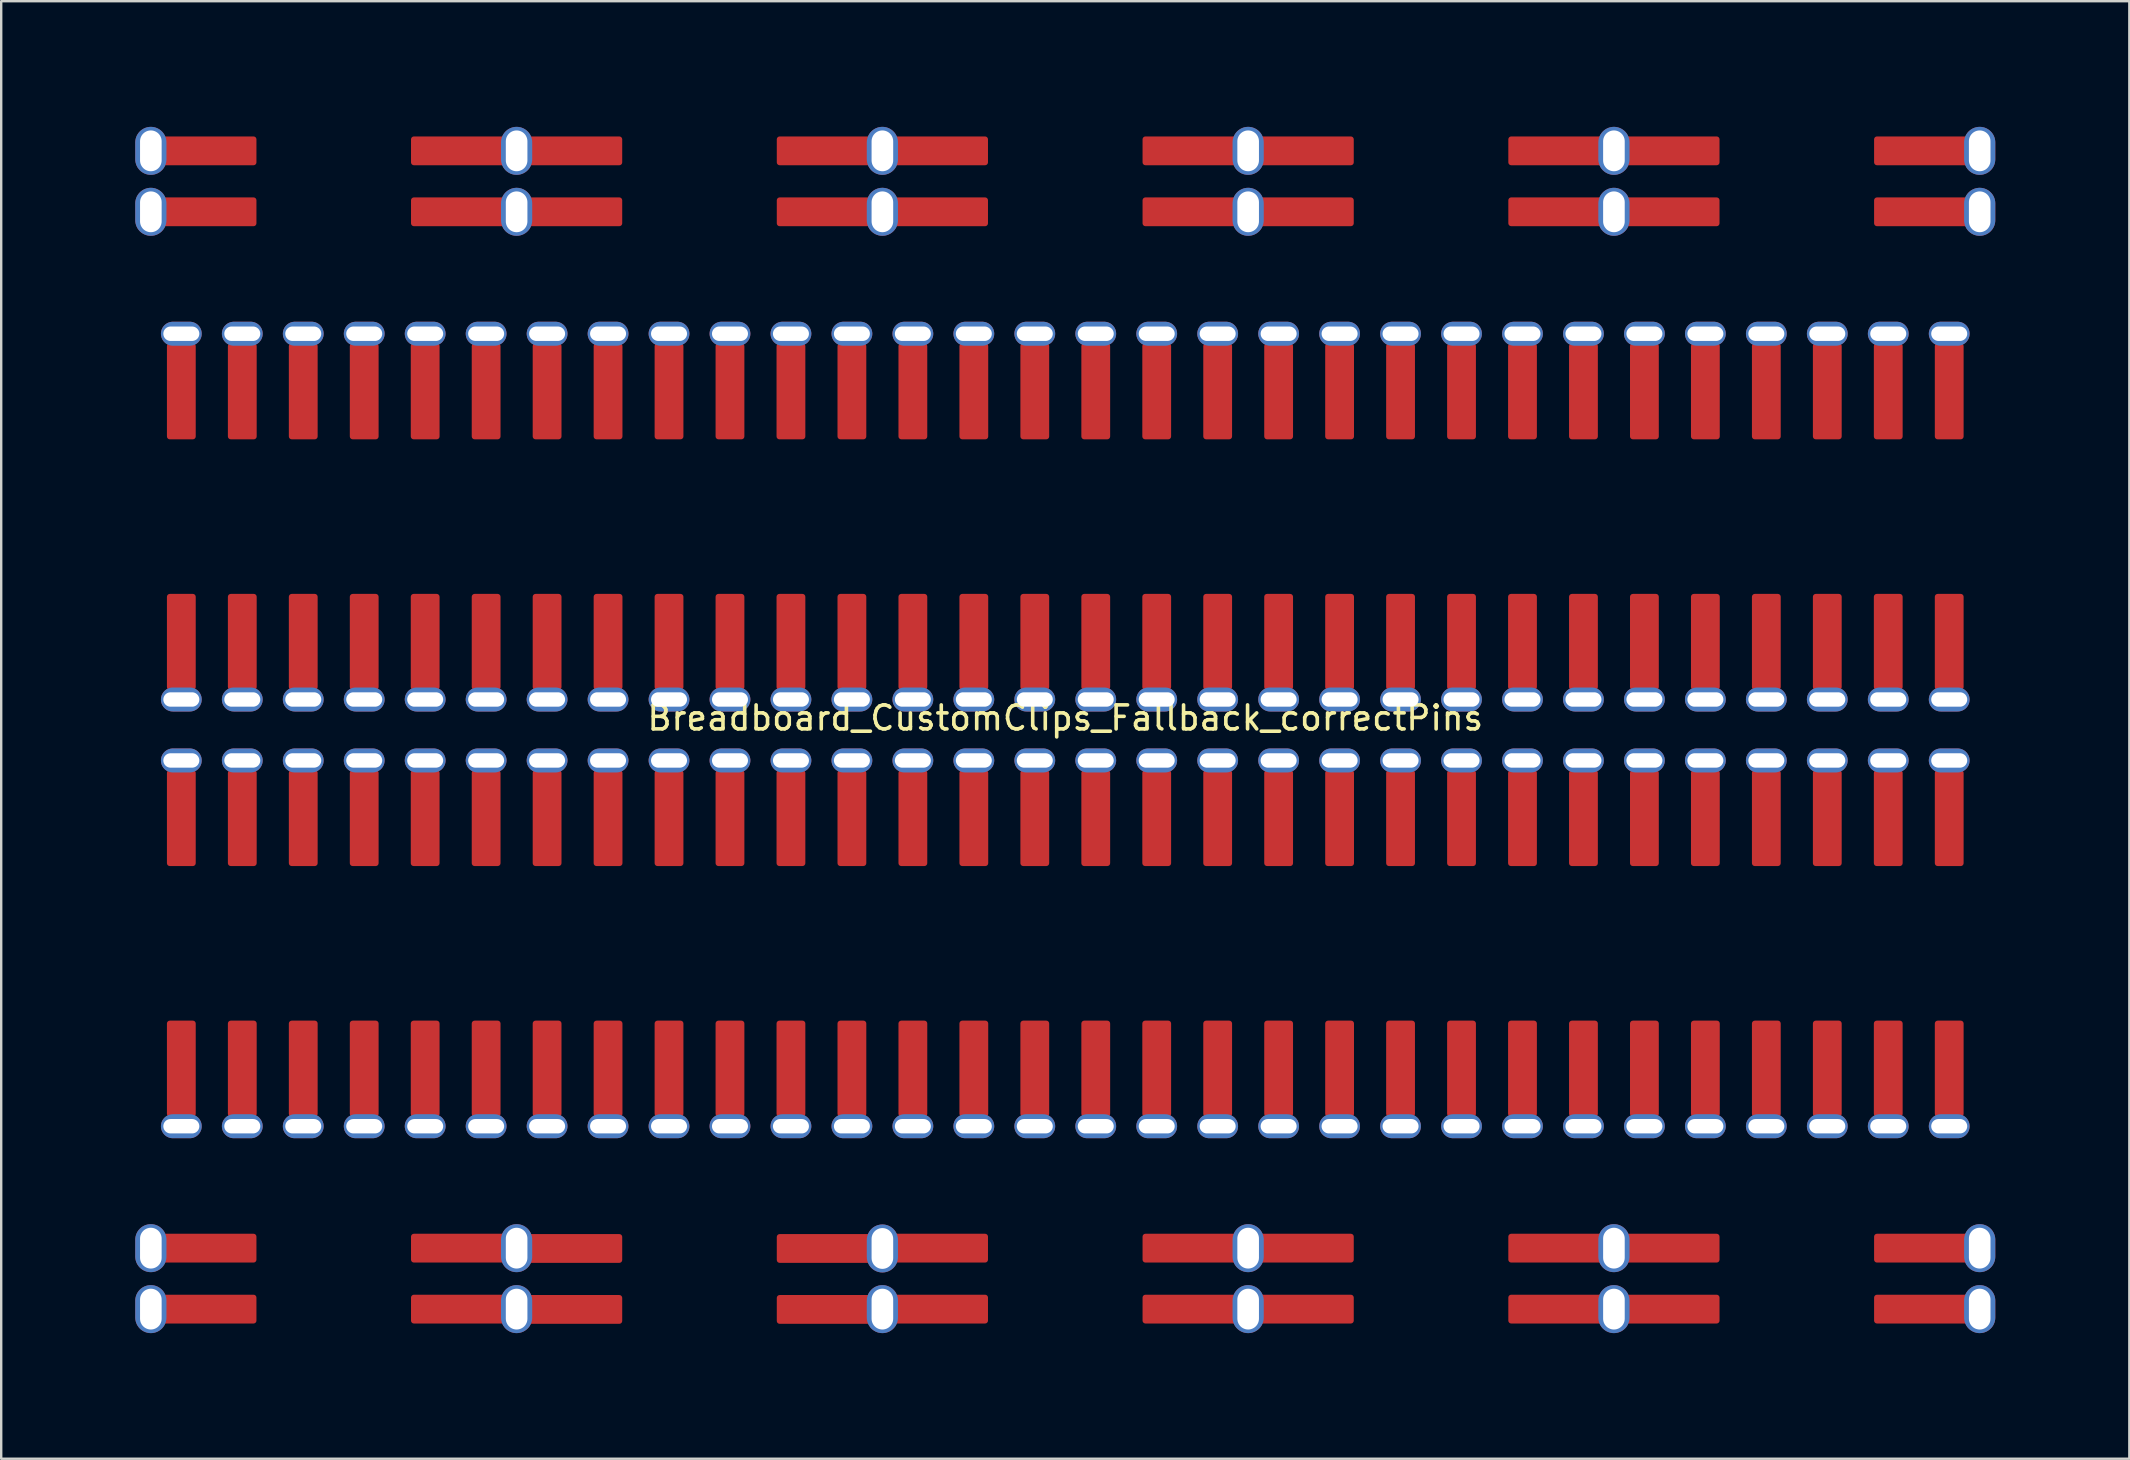
<source format=kicad_pcb>
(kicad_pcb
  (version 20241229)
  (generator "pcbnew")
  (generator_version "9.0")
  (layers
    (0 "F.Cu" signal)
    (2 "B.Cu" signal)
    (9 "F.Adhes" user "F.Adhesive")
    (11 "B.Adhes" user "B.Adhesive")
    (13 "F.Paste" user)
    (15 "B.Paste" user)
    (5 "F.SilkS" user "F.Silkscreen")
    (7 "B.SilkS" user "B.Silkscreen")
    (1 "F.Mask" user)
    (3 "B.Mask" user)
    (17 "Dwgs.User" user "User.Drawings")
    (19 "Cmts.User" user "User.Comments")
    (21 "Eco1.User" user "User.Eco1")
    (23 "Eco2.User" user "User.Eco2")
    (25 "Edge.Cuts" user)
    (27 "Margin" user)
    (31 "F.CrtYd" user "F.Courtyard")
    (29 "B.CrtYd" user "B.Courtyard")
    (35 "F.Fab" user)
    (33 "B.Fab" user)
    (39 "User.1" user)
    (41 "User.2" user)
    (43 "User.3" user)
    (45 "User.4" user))
  (footprint "Breadboard_CustomClips_Fallback_correctPins"
    (layer "F.Cu")
    (at 41.335 27.365)
    (property "Reference" "Breadboard_CustomClips_Fallback_correctPins" (at 0 -0.5 0) (unlocked yes) (layer "F.SilkS") (effects (font (size 1 1) (thickness 0.15))))
    (attr smd)
    (fp_rect (start -41.275 -27.305) (end 41.275 27.305) (stroke (width 0.12) (type default)) (fill no) (layer "User.3"))
    (fp_rect (start -38.125 -10.16) (end -35.56 -7.62) (stroke (width 0.12) (type default)) (fill no) (layer "User.4"))
    (fp_rect (start -38.125 7.62) (end -35.56 10.16) (stroke (width 0.12) (type default)) (fill no) (layer "User.4"))
    (fp_rect (start -38.125 7.62) (end -35.56 10.16) (stroke (width 0.12) (type default)) (fill no) (layer "User.4"))
    (fp_rect (start -35.585 -10.16) (end -33.02 -7.62) (stroke (width 0.12) (type default)) (fill no) (layer "User.4"))
    (fp_rect (start -35.585 7.62) (end -33.02 10.16) (stroke (width 0.12) (type default)) (fill no) (layer "User.4"))
    (fp_rect (start -35.585 7.62) (end -33.02 10.16) (stroke (width 0.12) (type default)) (fill no) (layer "User.4"))
    (fp_rect (start -33.045 -10.16) (end -30.48 -7.62) (stroke (width 0.12) (type default)) (fill no) (layer "User.4"))
    (fp_rect (start -33.045 7.62) (end -30.48 10.16) (stroke (width 0.12) (type default)) (fill no) (layer "User.4"))
    (fp_rect (start -33.045 7.62) (end -30.48 10.16) (stroke (width 0.12) (type default)) (fill no) (layer "User.4"))
    (fp_rect (start -30.505 -10.16) (end -27.94 -7.62) (stroke (width 0.12) (type default)) (fill no) (layer "User.4"))
    (fp_rect (start -30.505 7.62) (end -27.94 10.16) (stroke (width 0.12) (type default)) (fill no) (layer "User.4"))
    (fp_rect (start -30.505 7.62) (end -27.94 10.16) (stroke (width 0.12) (type default)) (fill no) (layer "User.4"))
    (fp_rect (start -29.21 -25.413) (end -31.75 -22.847) (stroke (width 0.12) (type default)) (fill no) (layer "User.4"))
    (fp_rect (start -29.21 -22.873) (end -31.75 -20.307) (stroke (width 0.12) (type default)) (fill no) (layer "User.4"))
    (fp_rect (start -29.21 20.307) (end -31.75 22.873) (stroke (width 0.12) (type default)) (fill no) (layer "User.4"))
    (fp_rect (start -29.21 22.847) (end -31.75 25.413) (stroke (width 0.12) (type default)) (fill no) (layer "User.4"))
    (fp_rect (start -27.965 -10.16) (end -25.4 -7.62) (stroke (width 0.12) (type default)) (fill no) (layer "User.4"))
    (fp_rect (start -27.965 7.62) (end -25.4 10.16) (stroke (width 0.12) (type default)) (fill no) (layer "User.4"))
    (fp_rect (start -27.965 7.62) (end -25.4 10.16) (stroke (width 0.12) (type default)) (fill no) (layer "User.4"))
    (fp_rect (start -25.425 -10.16) (end -22.86 -7.62) (stroke (width 0.12) (type default)) (fill no) (layer "User.4"))
    (fp_rect (start -25.425 7.62) (end -22.86 10.16) (stroke (width 0.12) (type default)) (fill no) (layer "User.4"))
    (fp_rect (start -25.425 7.62) (end -22.86 10.16) (stroke (width 0.12) (type default)) (fill no) (layer "User.4"))
    (fp_rect (start -22.885 -10.16) (end -20.32 -7.62) (stroke (width 0.12) (type default)) (fill no) (layer "User.4"))
    (fp_rect (start -22.885 7.62) (end -20.32 10.16) (stroke (width 0.12) (type default)) (fill no) (layer "User.4"))
    (fp_rect (start -22.885 7.62) (end -20.32 10.16) (stroke (width 0.12) (type default)) (fill no) (layer "User.4"))
    (fp_rect (start -20.345 -10.16) (end -17.78 -7.62) (stroke (width 0.12) (type default)) (fill no) (layer "User.4"))
    (fp_rect (start -20.345 7.62) (end -17.78 10.16) (stroke (width 0.12) (type default)) (fill no) (layer "User.4"))
    (fp_rect (start -20.345 7.62) (end -17.78 10.16) (stroke (width 0.12) (type default)) (fill no) (layer "User.4"))
    (fp_rect (start -17.805 -10.16) (end -15.24 -7.62) (stroke (width 0.12) (type default)) (fill no) (layer "User.4"))
    (fp_rect (start -17.805 7.62) (end -15.24 10.16) (stroke (width 0.12) (type default)) (fill no) (layer "User.4"))
    (fp_rect (start -17.805 7.62) (end -15.24 10.16) (stroke (width 0.12) (type default)) (fill no) (layer "User.4"))
    (fp_rect (start -15.265 -10.16) (end -12.7 -7.62) (stroke (width 0.12) (type default)) (fill no) (layer "User.4"))
    (fp_rect (start -15.265 7.62) (end -12.7 10.16) (stroke (width 0.12) (type default)) (fill no) (layer "User.4"))
    (fp_rect (start -15.265 7.62) (end -12.7 10.16) (stroke (width 0.12) (type default)) (fill no) (layer "User.4"))
    (fp_rect (start -13.97 -25.413) (end -16.51 -22.847) (stroke (width 0.12) (type default)) (fill no) (layer "User.4"))
    (fp_rect (start -13.97 -22.873) (end -16.51 -20.307) (stroke (width 0.12) (type default)) (fill no) (layer "User.4"))
    (fp_rect (start -13.97 20.307) (end -16.51 22.873) (stroke (width 0.12) (type default)) (fill no) (layer "User.4"))
    (fp_rect (start -13.97 22.847) (end -16.51 25.413) (stroke (width 0.12) (type default)) (fill no) (layer "User.4"))
    (fp_rect (start -12.7 -10.16) (end -10.135 -7.62) (stroke (width 0.12) (type default)) (fill no) (layer "User.4"))
    (fp_rect (start -12.7 7.62) (end -10.135 10.16) (stroke (width 0.12) (type default)) (fill no) (layer "User.4"))
    (fp_rect (start -12.7 7.62) (end -10.135 10.16) (stroke (width 0.12) (type default)) (fill no) (layer "User.4"))
    (fp_rect (start -10.16 -10.16) (end -7.595 -7.62) (stroke (width 0.12) (type default)) (fill no) (layer "User.4"))
    (fp_rect (start -10.16 7.62) (end -7.595 10.16) (stroke (width 0.12) (type default)) (fill no) (layer "User.4"))
    (fp_rect (start -10.16 7.62) (end -7.595 10.16) (stroke (width 0.12) (type default)) (fill no) (layer "User.4"))
    (fp_rect (start -7.62 -10.16) (end -5.055 -7.62) (stroke (width 0.12) (type default)) (fill no) (layer "User.4"))
    (fp_rect (start -7.62 7.62) (end -5.055 10.16) (stroke (width 0.12) (type default)) (fill no) (layer "User.4"))
    (fp_rect (start -7.62 7.62) (end -5.055 10.16) (stroke (width 0.12) (type default)) (fill no) (layer "User.4"))
    (fp_rect (start -5.08 -10.16) (end -2.515 -7.62) (stroke (width 0.12) (type default)) (fill no) (layer "User.4"))
    (fp_rect (start -5.08 7.62) (end -2.515 10.16) (stroke (width 0.12) (type default)) (fill no) (layer "User.4"))
    (fp_rect (start -5.08 7.62) (end -2.515 10.16) (stroke (width 0.12) (type default)) (fill no) (layer "User.4"))
    (fp_rect (start -2.54 -10.16) (end 0.025 -7.62) (stroke (width 0.12) (type default)) (fill no) (layer "User.4"))
    (fp_rect (start -2.54 7.62) (end 0.025 10.16) (stroke (width 0.12) (type default)) (fill no) (layer "User.4"))
    (fp_rect (start -0.025 -10.16) (end 2.54 -7.62) (stroke (width 0.12) (type default)) (fill no) (layer "User.4"))
    (fp_rect (start -0.025 7.62) (end 2.54 10.16) (stroke (width 0.12) (type default)) (fill no) (layer "User.4"))
    (fp_rect (start 0 -10.16) (end 2.565 -7.62) (stroke (width 0.12) (type default)) (fill no) (layer "User.4"))
    (fp_rect (start 0 7.62) (end 2.565 10.16) (stroke (width 0.12) (type default)) (fill no) (layer "User.4"))
    (fp_rect (start 1.27 -25.413) (end -1.27 -22.847) (stroke (width 0.12) (type default)) (fill no) (layer "User.4"))
    (fp_rect (start 1.27 -22.873) (end -1.27 -20.307) (stroke (width 0.12) (type default)) (fill no) (layer "User.4"))
    (fp_rect (start 1.27 20.307) (end -1.27 22.873) (stroke (width 0.12) (type default)) (fill no) (layer "User.4"))
    (fp_rect (start 1.27 22.847) (end -1.27 25.413) (stroke (width 0.12) (type default)) (fill no) (layer "User.4"))
    (fp_rect (start 2.515 -10.16) (end 5.08 -7.62) (stroke (width 0.12) (type default)) (fill no) (layer "User.4"))
    (fp_rect (start 2.515 7.62) (end 5.08 10.16) (stroke (width 0.12) (type default)) (fill no) (layer "User.4"))
    (fp_rect (start 2.54 -10.16) (end 5.105 -7.62) (stroke (width 0.12) (type default)) (fill no) (layer "User.4"))
    (fp_rect (start 2.54 7.62) (end 5.105 10.16) (stroke (width 0.12) (type default)) (fill no) (layer "User.4"))
    (fp_rect (start 5.055 -10.16) (end 7.62 -7.62) (stroke (width 0.12) (type default)) (fill no) (layer "User.4"))
    (fp_rect (start 5.055 7.62) (end 7.62 10.16) (stroke (width 0.12) (type default)) (fill no) (layer "User.4"))
    (fp_rect (start 5.08 -10.16) (end 7.645 -7.62) (stroke (width 0.12) (type default)) (fill no) (layer "User.4"))
    (fp_rect (start 5.08 7.62) (end 7.645 10.16) (stroke (width 0.12) (type default)) (fill no) (layer "User.4"))
    (fp_rect (start 7.595 -10.16) (end 10.16 -7.62) (stroke (width 0.12) (type default)) (fill no) (layer "User.4"))
    (fp_rect (start 7.595 7.62) (end 10.16 10.16) (stroke (width 0.12) (type default)) (fill no) (layer "User.4"))
    (fp_rect (start 7.62 -10.16) (end 10.185 -7.62) (stroke (width 0.12) (type default)) (fill no) (layer "User.4"))
    (fp_rect (start 7.62 7.62) (end 10.185 10.16) (stroke (width 0.12) (type default)) (fill no) (layer "User.4"))
    (fp_rect (start 10.135 -10.16) (end 12.7 -7.62) (stroke (width 0.12) (type default)) (fill no) (layer "User.4"))
    (fp_rect (start 10.135 7.62) (end 12.7 10.16) (stroke (width 0.12) (type default)) (fill no) (layer "User.4"))
    (fp_rect (start 10.16 -10.16) (end 12.725 -7.62) (stroke (width 0.12) (type default)) (fill no) (layer "User.4"))
    (fp_rect (start 10.16 7.62) (end 12.725 10.16) (stroke (width 0.12) (type default)) (fill no) (layer "User.4"))
    (fp_rect (start 12.675 -10.16) (end 15.24 -7.62) (stroke (width 0.12) (type default)) (fill no) (layer "User.4"))
    (fp_rect (start 12.675 -10.16) (end 15.24 -7.62) (stroke (width 0.12) (type default)) (fill no) (layer "User.4"))
    (fp_rect (start 12.675 7.62) (end 15.24 10.16) (stroke (width 0.12) (type default)) (fill no) (layer "User.4"))
    (fp_rect (start 12.687 7.62) (end 15.253 10.16) (stroke (width 0.12) (type default)) (fill no) (layer "User.4"))
    (fp_rect (start 15.215 -10.16) (end 17.78 -7.62) (stroke (width 0.12) (type default)) (fill no) (layer "User.4"))
    (fp_rect (start 15.215 7.62) (end 17.78 10.16) (stroke (width 0.12) (type default)) (fill no) (layer "User.4"))
    (fp_rect (start 15.227 -10.16) (end 17.793 -7.62) (stroke (width 0.12) (type default)) (fill no) (layer "User.4"))
    (fp_rect (start 15.227 7.62) (end 17.793 10.16) (stroke (width 0.12) (type default)) (fill no) (layer "User.4"))
    (fp_rect (start 16.51 -25.413) (end 13.97 -22.847) (stroke (width 0.12) (type default)) (fill no) (layer "User.4"))
    (fp_rect (start 16.51 -22.885) (end 13.97 -20.32) (stroke (width 0.12) (type default)) (fill no) (layer "User.4"))
    (fp_rect (start 16.51 20.307) (end 13.97 22.873) (stroke (width 0.12) (type default)) (fill no) (layer "User.4"))
    (fp_rect (start 16.51 22.847) (end 13.97 25.413) (stroke (width 0.12) (type default)) (fill no) (layer "User.4"))
    (fp_rect (start 17.755 -10.16) (end 20.32 -7.62) (stroke (width 0.12) (type default)) (fill no) (layer "User.4"))
    (fp_rect (start 17.755 7.62) (end 20.32 10.16) (stroke (width 0.12) (type default)) (fill no) (layer "User.4"))
    (fp_rect (start 17.767 -10.16) (end 20.333 -7.62) (stroke (width 0.12) (type default)) (fill no) (layer "User.4"))
    (fp_rect (start 17.767 7.62) (end 20.333 10.16) (stroke (width 0.12) (type default)) (fill no) (layer "User.4"))
    (fp_rect (start 20.295 -10.16) (end 22.86 -7.62) (stroke (width 0.12) (type default)) (fill no) (layer "User.4"))
    (fp_rect (start 20.295 7.62) (end 22.86 10.16) (stroke (width 0.12) (type default)) (fill no) (layer "User.4"))
    (fp_rect (start 20.307 -10.16) (end 22.873 -7.62) (stroke (width 0.12) (type default)) (fill no) (layer "User.4"))
    (fp_rect (start 20.307 7.62) (end 22.873 10.16) (stroke (width 0.12) (type default)) (fill no) (layer "User.4"))
    (fp_rect (start 22.835 -10.16) (end 25.4 -7.62) (stroke (width 0.12) (type default)) (fill no) (layer "User.4"))
    (fp_rect (start 22.835 7.62) (end 25.4 10.16) (stroke (width 0.12) (type default)) (fill no) (layer "User.4"))
    (fp_rect (start 22.847 -10.16) (end 25.413 -7.62) (stroke (width 0.12) (type default)) (fill no) (layer "User.4"))
    (fp_rect (start 22.847 7.62) (end 25.413 10.16) (stroke (width 0.12) (type default)) (fill no) (layer "User.4"))
    (fp_rect (start 25.387 -10.16) (end 27.953 -7.62) (stroke (width 0.12) (type default)) (fill no) (layer "User.4"))
    (fp_rect (start 25.387 7.62) (end 27.953 10.16) (stroke (width 0.12) (type default)) (fill no) (layer "User.4"))
    (fp_rect (start 25.4 -10.16) (end 27.965 -7.62) (stroke (width 0.12) (type default)) (fill no) (layer "User.4"))
    (fp_rect (start 25.4 7.62) (end 27.965 10.16) (stroke (width 0.12) (type default)) (fill no) (layer "User.4"))
    (fp_rect (start 27.927 -10.16) (end 30.493 -7.62) (stroke (width 0.12) (type default)) (fill no) (layer "User.4"))
    (fp_rect (start 27.927 7.62) (end 30.493 10.16) (stroke (width 0.12) (type default)) (fill no) (layer "User.4"))
    (fp_rect (start 27.94 -10.16) (end 30.505 -7.62) (stroke (width 0.12) (type default)) (fill no) (layer "User.4"))
    (fp_rect (start 27.94 7.62) (end 30.505 10.16) (stroke (width 0.12) (type default)) (fill no) (layer "User.4"))
    (fp_rect (start 30.467 -10.16) (end 33.033 -7.62) (stroke (width 0.12) (type default)) (fill no) (layer "User.4"))
    (fp_rect (start 30.467 7.62) (end 33.033 10.16) (stroke (width 0.12) (type default)) (fill no) (layer "User.4"))
    (fp_rect (start 30.48 -10.16) (end 33.045 -7.62) (stroke (width 0.12) (type default)) (fill no) (layer "User.4"))
    (fp_rect (start 30.48 7.62) (end 33.045 10.16) (stroke (width 0.12) (type default)) (fill no) (layer "User.4"))
    (fp_rect (start 31.75 -25.413) (end 29.21 -22.847) (stroke (width 0.12) (type default)) (fill no) (layer "User.4"))
    (fp_rect (start 31.75 -22.873) (end 29.21 -20.307) (stroke (width 0.12) (type default)) (fill no) (layer "User.4"))
    (fp_rect (start 31.75 20.307) (end 29.21 22.873) (stroke (width 0.12) (type default)) (fill no) (layer "User.4"))
    (fp_rect (start 31.75 22.847) (end 29.21 25.413) (stroke (width 0.12) (type default)) (fill no) (layer "User.4"))
    (fp_rect (start 33.007 -10.16) (end 35.573 -7.62) (stroke (width 0.12) (type default)) (fill no) (layer "User.4"))
    (fp_rect (start 33.007 7.62) (end 35.573 10.16) (stroke (width 0.12) (type default)) (fill no) (layer "User.4"))
    (fp_rect (start 33.02 -10.16) (end 35.585 -7.62) (stroke (width 0.12) (type default)) (fill no) (layer "User.4"))
    (fp_rect (start 33.02 7.62) (end 35.585 10.16) (stroke (width 0.12) (type default)) (fill no) (layer "User.4"))
    (fp_rect (start 35.547 -10.16) (end 38.113 -7.62) (stroke (width 0.12) (type default)) (fill no) (layer "User.4"))
    (fp_rect (start 35.547 7.62) (end 38.113 10.16) (stroke (width 0.12) (type default)) (fill no) (layer "User.4"))
    (pad "1" smd roundrect (at -36.83 -16.51) (size 1.2 4) (drill oval (offset 0 2.4)) (layers "F.Cu" "F.Mask") (roundrect_rratio 0.1))
    (pad "1" thru_hole oval (at -36.83 -16.51) (size 1.7 1) (drill oval 1.5 0.6) (layers "*.Cu" "*.Mask"))
    (pad "1" smd roundrect (at -36.83 -1.27) (size 1.2 4) (drill oval (offset 0 -2.4)) (layers "F.Cu" "F.Mask") (roundrect_rratio 0.1))
    (pad "1" thru_hole oval (at -36.83 -1.27) (size 1.7 1) (drill oval 1.5 0.6) (layers "*.Cu" "*.Mask"))
    (pad "2" smd roundrect (at -34.29 -16.51) (size 1.2 4) (drill oval (offset 0 2.4)) (layers "F.Cu" "F.Mask") (roundrect_rratio 0.1))
    (pad "2" thru_hole oval (at -34.29 -16.51) (size 1.7 1) (drill oval 1.5 0.6) (layers "*.Cu" "*.Mask"))
    (pad "2" smd roundrect (at -34.29 -1.27) (size 1.2 4) (drill oval (offset 0 -2.4)) (layers "F.Cu" "F.Mask") (roundrect_rratio 0.1))
    (pad "2" thru_hole oval (at -34.29 -1.27) (size 1.7 1) (drill oval 1.5 0.6) (layers "*.Cu" "*.Mask"))
    (pad "3" smd roundrect (at -31.75 -16.51) (size 1.2 4) (drill oval (offset 0 2.4)) (layers "F.Cu" "F.Mask") (roundrect_rratio 0.1))
    (pad "3" thru_hole oval (at -31.75 -16.51) (size 1.7 1) (drill oval 1.5 0.6) (layers "*.Cu" "*.Mask"))
    (pad "3" smd roundrect (at -31.75 -1.27) (size 1.2 4) (drill oval (offset 0 -2.4)) (layers "F.Cu" "F.Mask") (roundrect_rratio 0.1))
    (pad "3" thru_hole oval (at -31.75 -1.27) (size 1.7 1) (drill oval 1.5 0.6) (layers "*.Cu" "*.Mask"))
    (pad "4" smd roundrect (at -29.21 -16.51) (size 1.2 4) (drill oval (offset 0 2.4)) (layers "F.Cu" "F.Mask") (roundrect_rratio 0.1))
    (pad "4" thru_hole oval (at -29.21 -16.51) (size 1.7 1) (drill oval 1.5 0.6) (layers "*.Cu" "*.Mask"))
    (pad "4" smd roundrect (at -29.21 -1.27) (size 1.2 4) (drill oval (offset 0 -2.4)) (layers "F.Cu" "F.Mask") (roundrect_rratio 0.1))
    (pad "4" thru_hole oval (at -29.21 -1.27) (size 1.7 1) (drill oval 1.5 0.6) (layers "*.Cu" "*.Mask"))
    (pad "5" smd roundrect (at -26.67 -16.51) (size 1.2 4) (drill oval (offset 0 2.4)) (layers "F.Cu" "F.Mask") (roundrect_rratio 0.1))
    (pad "5" thru_hole oval (at -26.67 -16.51) (size 1.7 1) (drill oval 1.5 0.6) (layers "*.Cu" "*.Mask"))
    (pad "5" smd roundrect (at -26.67 -1.27) (size 1.2 4) (drill oval (offset 0 -2.4)) (layers "F.Cu" "F.Mask") (roundrect_rratio 0.1))
    (pad "5" thru_hole oval (at -26.67 -1.27) (size 1.7 1) (drill oval 1.5 0.6) (layers "*.Cu" "*.Mask"))
    (pad "6" smd roundrect (at -24.13 -16.51) (size 1.2 4) (drill oval (offset 0 2.4)) (layers "F.Cu" "F.Mask") (roundrect_rratio 0.1))
    (pad "6" thru_hole oval (at -24.13 -16.51) (size 1.7 1) (drill oval 1.5 0.6) (layers "*.Cu" "*.Mask"))
    (pad "6" smd roundrect (at -24.13 -1.27) (size 1.2 4) (drill oval (offset 0 -2.4)) (layers "F.Cu" "F.Mask") (roundrect_rratio 0.1))
    (pad "6" thru_hole oval (at -24.13 -1.27) (size 1.7 1) (drill oval 1.5 0.6) (layers "*.Cu" "*.Mask"))
    (pad "7" smd roundrect (at -21.59 -16.51) (size 1.2 4) (drill oval (offset 0 2.4)) (layers "F.Cu" "F.Mask") (roundrect_rratio 0.1))
    (pad "7" thru_hole oval (at -21.59 -16.51) (size 1.7 1) (drill oval 1.5 0.6) (layers "*.Cu" "*.Mask"))
    (pad "7" smd roundrect (at -21.59 -1.27) (size 1.2 4) (drill oval (offset 0 -2.4)) (layers "F.Cu" "F.Mask") (roundrect_rratio 0.1))
    (pad "7" thru_hole oval (at -21.59 -1.27) (size 1.7 1) (drill oval 1.5 0.6) (layers "*.Cu" "*.Mask"))
    (pad "8" smd roundrect (at -19.05 -16.51) (size 1.2 4) (drill oval (offset 0 2.4)) (layers "F.Cu" "F.Mask") (roundrect_rratio 0.1))
    (pad "8" thru_hole oval (at -19.05 -16.51) (size 1.7 1) (drill oval 1.5 0.6) (layers "*.Cu" "*.Mask"))
    (pad "8" smd roundrect (at -19.05 -1.27) (size 1.2 4) (drill oval (offset 0 -2.4)) (layers "F.Cu" "F.Mask") (roundrect_rratio 0.1))
    (pad "8" thru_hole oval (at -19.05 -1.27) (size 1.7 1) (drill oval 1.5 0.6) (layers "*.Cu" "*.Mask"))
    (pad "9" smd roundrect (at -16.51 -16.51) (size 1.2 4) (drill oval (offset 0 2.4)) (layers "F.Cu" "F.Mask") (roundrect_rratio 0.1))
    (pad "9" thru_hole oval (at -16.51 -16.51) (size 1.7 1) (drill oval 1.5 0.6) (layers "*.Cu" "*.Mask"))
    (pad "9" smd roundrect (at -16.51 -1.27) (size 1.2 4) (drill oval (offset 0 -2.4)) (layers "F.Cu" "F.Mask") (roundrect_rratio 0.1))
    (pad "9" thru_hole oval (at -16.51 -1.27) (size 1.7 1) (drill oval 1.5 0.6) (layers "*.Cu" "*.Mask"))
    (pad "10" smd roundrect (at -13.97 -16.51) (size 1.2 4) (drill oval (offset 0 2.4)) (layers "F.Cu" "F.Mask") (roundrect_rratio 0.1))
    (pad "10" thru_hole oval (at -13.97 -16.51) (size 1.7 1) (drill oval 1.5 0.6) (layers "*.Cu" "*.Mask"))
    (pad "10" smd roundrect (at -13.97 -1.27) (size 1.2 4) (drill oval (offset 0 -2.4)) (layers "F.Cu" "F.Mask") (roundrect_rratio 0.1))
    (pad "10" thru_hole oval (at -13.97 -1.27) (size 1.7 1) (drill oval 1.5 0.6) (layers "*.Cu" "*.Mask"))
    (pad "11" smd roundrect (at -11.43 -16.51) (size 1.2 4) (drill oval (offset 0 2.4)) (layers "F.Cu" "F.Mask") (roundrect_rratio 0.1))
    (pad "11" thru_hole oval (at -11.43 -16.51) (size 1.7 1) (drill oval 1.5 0.6) (layers "*.Cu" "*.Mask"))
    (pad "11" smd roundrect (at -11.43 -1.27) (size 1.2 4) (drill oval (offset 0 -2.4)) (layers "F.Cu" "F.Mask") (roundrect_rratio 0.1))
    (pad "11" thru_hole oval (at -11.43 -1.27) (size 1.7 1) (drill oval 1.5 0.6) (layers "*.Cu" "*.Mask"))
    (pad "12" smd roundrect (at -8.89 -16.51) (size 1.2 4) (drill oval (offset 0 2.4)) (layers "F.Cu" "F.Mask") (roundrect_rratio 0.1))
    (pad "12" thru_hole oval (at -8.89 -16.51) (size 1.7 1) (drill oval 1.5 0.6) (layers "*.Cu" "*.Mask"))
    (pad "12" smd roundrect (at -8.89 -1.27) (size 1.2 4) (drill oval (offset 0 -2.4)) (layers "F.Cu" "F.Mask") (roundrect_rratio 0.1))
    (pad "12" thru_hole oval (at -8.89 -1.27) (size 1.7 1) (drill oval 1.5 0.6) (layers "*.Cu" "*.Mask"))
    (pad "13" smd roundrect (at -6.35 -16.51) (size 1.2 4) (drill oval (offset 0 2.4)) (layers "F.Cu" "F.Mask") (roundrect_rratio 0.1))
    (pad "13" thru_hole oval (at -6.35 -16.51) (size 1.7 1) (drill oval 1.5 0.6) (layers "*.Cu" "*.Mask"))
    (pad "13" smd roundrect (at -6.35 -1.27) (size 1.2 4) (drill oval (offset 0 -2.4)) (layers "F.Cu" "F.Mask") (roundrect_rratio 0.1))
    (pad "13" thru_hole oval (at -6.35 -1.27) (size 1.7 1) (drill oval 1.5 0.6) (layers "*.Cu" "*.Mask"))
    (pad "14" smd roundrect (at -3.81 -16.51) (size 1.2 4) (drill oval (offset 0 2.4)) (layers "F.Cu" "F.Mask") (roundrect_rratio 0.1))
    (pad "14" thru_hole oval (at -3.81 -16.51) (size 1.7 1) (drill oval 1.5 0.6) (layers "*.Cu" "*.Mask"))
    (pad "14" smd roundrect (at -3.81 -1.27) (size 1.2 4) (drill oval (offset 0 -2.4)) (layers "F.Cu" "F.Mask") (roundrect_rratio 0.1))
    (pad "14" thru_hole oval (at -3.81 -1.27) (size 1.7 1) (drill oval 1.5 0.6) (layers "*.Cu" "*.Mask"))
    (pad "15" smd roundrect (at -1.27 -16.51) (size 1.2 4) (drill oval (offset 0 2.4)) (layers "F.Cu" "F.Mask") (roundrect_rratio 0.1))
    (pad "15" thru_hole oval (at -1.27 -16.51) (size 1.7 1) (drill oval 1.5 0.6) (layers "*.Cu" "*.Mask"))
    (pad "15" smd roundrect (at -1.27 -1.27) (size 1.2 4) (drill oval (offset 0 -2.4)) (layers "F.Cu" "F.Mask") (roundrect_rratio 0.1))
    (pad "15" thru_hole oval (at -1.27 -1.27) (size 1.7 1) (drill oval 1.5 0.6) (layers "*.Cu" "*.Mask"))
    (pad "16" smd roundrect (at 1.27 -16.51) (size 1.2 4) (drill oval (offset 0 2.4)) (layers "F.Cu" "F.Mask") (roundrect_rratio 0.1))
    (pad "16" thru_hole oval (at 1.27 -16.51) (size 1.7 1) (drill oval 1.5 0.6) (layers "*.Cu" "*.Mask"))
    (pad "16" smd roundrect (at 1.27 -1.27) (size 1.2 4) (drill oval (offset 0 -2.4)) (layers "F.Cu" "F.Mask") (roundrect_rratio 0.1))
    (pad "16" thru_hole oval (at 1.27 -1.27) (size 1.7 1) (drill oval 1.5 0.6) (layers "*.Cu" "*.Mask"))
    (pad "17" smd roundrect (at 3.81 -16.51) (size 1.2 4) (drill oval (offset 0 2.4)) (layers "F.Cu" "F.Mask") (roundrect_rratio 0.1))
    (pad "17" thru_hole oval (at 3.81 -16.51) (size 1.7 1) (drill oval 1.5 0.6) (layers "*.Cu" "*.Mask"))
    (pad "17" smd roundrect (at 3.81 -1.27) (size 1.2 4) (drill oval (offset 0 -2.4)) (layers "F.Cu" "F.Mask") (roundrect_rratio 0.1))
    (pad "17" thru_hole oval (at 3.81 -1.27) (size 1.7 1) (drill oval 1.5 0.6) (layers "*.Cu" "*.Mask"))
    (pad "18" smd roundrect (at 6.35 -16.51) (size 1.2 4) (drill oval (offset 0 2.4)) (layers "F.Cu" "F.Mask") (roundrect_rratio 0.1))
    (pad "18" thru_hole oval (at 6.35 -16.51) (size 1.7 1) (drill oval 1.5 0.6) (layers "*.Cu" "*.Mask"))
    (pad "18" smd roundrect (at 6.35 -1.27) (size 1.2 4) (drill oval (offset 0 -2.4)) (layers "F.Cu" "F.Mask") (roundrect_rratio 0.1))
    (pad "18" thru_hole oval (at 6.35 -1.27) (size 1.7 1) (drill oval 1.5 0.6) (layers "*.Cu" "*.Mask"))
    (pad "19" smd roundrect (at 8.89 -16.51) (size 1.2 4) (drill oval (offset 0 2.4)) (layers "F.Cu" "F.Mask") (roundrect_rratio 0.1))
    (pad "19" thru_hole oval (at 8.89 -16.51) (size 1.7 1) (drill oval 1.5 0.6) (layers "*.Cu" "*.Mask"))
    (pad "19" smd roundrect (at 8.89 -1.27) (size 1.2 4) (drill oval (offset 0 -2.4)) (layers "F.Cu" "F.Mask") (roundrect_rratio 0.1))
    (pad "19" thru_hole oval (at 8.89 -1.27) (size 1.7 1) (drill oval 1.5 0.6) (layers "*.Cu" "*.Mask"))
    (pad "20" smd roundrect (at 11.43 -16.51) (size 1.2 4) (drill oval (offset 0 2.4)) (layers "F.Cu" "F.Mask") (roundrect_rratio 0.1))
    (pad "20" thru_hole oval (at 11.43 -16.51) (size 1.7 1) (drill oval 1.5 0.6) (layers "*.Cu" "*.Mask"))
    (pad "20" smd roundrect (at 11.43 -1.27) (size 1.2 4) (drill oval (offset 0 -2.4)) (layers "F.Cu" "F.Mask") (roundrect_rratio 0.1))
    (pad "20" thru_hole oval (at 11.43 -1.27) (size 1.7 1) (drill oval 1.5 0.6) (layers "*.Cu" "*.Mask"))
    (pad "21" smd roundrect (at 13.97 -16.51) (size 1.2 4) (drill oval (offset 0 2.4)) (layers "F.Cu" "F.Mask") (roundrect_rratio 0.1))
    (pad "21" thru_hole oval (at 13.97 -16.51) (size 1.7 1) (drill oval 1.5 0.6) (layers "*.Cu" "*.Mask"))
    (pad "21" smd roundrect (at 13.97 -1.27) (size 1.2 4) (drill oval (offset 0 -2.4)) (layers "F.Cu" "F.Mask") (roundrect_rratio 0.1))
    (pad "21" thru_hole oval (at 13.97 -1.27) (size 1.7 1) (drill oval 1.5 0.6) (layers "*.Cu" "*.Mask"))
    (pad "22" smd roundrect (at 16.51 -16.51) (size 1.2 4) (drill oval (offset 0 2.4)) (layers "F.Cu" "F.Mask") (roundrect_rratio 0.1))
    (pad "22" thru_hole oval (at 16.51 -16.51) (size 1.7 1) (drill oval 1.5 0.6) (layers "*.Cu" "*.Mask"))
    (pad "22" smd roundrect (at 16.51 -1.27) (size 1.2 4) (drill oval (offset 0 -2.4)) (layers "F.Cu" "F.Mask") (roundrect_rratio 0.1))
    (pad "22" thru_hole oval (at 16.51 -1.27) (size 1.7 1) (drill oval 1.5 0.6) (layers "*.Cu" "*.Mask"))
    (pad "23" smd roundrect (at 19.05 -16.51) (size 1.2 4) (drill oval (offset 0 2.4)) (layers "F.Cu" "F.Mask") (roundrect_rratio 0.1))
    (pad "23" thru_hole oval (at 19.05 -16.51) (size 1.7 1) (drill oval 1.5 0.6) (layers "*.Cu" "*.Mask"))
    (pad "23" smd roundrect (at 19.05 -1.27) (size 1.2 4) (drill oval (offset 0 -2.4)) (layers "F.Cu" "F.Mask") (roundrect_rratio 0.1))
    (pad "23" thru_hole oval (at 19.05 -1.27) (size 1.7 1) (drill oval 1.5 0.6) (layers "*.Cu" "*.Mask"))
    (pad "24" smd roundrect (at 21.59 -16.51) (size 1.2 4) (drill oval (offset 0 2.4)) (layers "F.Cu" "F.Mask") (roundrect_rratio 0.1))
    (pad "24" thru_hole oval (at 21.59 -16.51) (size 1.7 1) (drill oval 1.5 0.6) (layers "*.Cu" "*.Mask"))
    (pad "24" smd roundrect (at 21.59 -1.27) (size 1.2 4) (drill oval (offset 0 -2.4)) (layers "F.Cu" "F.Mask") (roundrect_rratio 0.1))
    (pad "24" thru_hole oval (at 21.59 -1.27) (size 1.7 1) (drill oval 1.5 0.6) (layers "*.Cu" "*.Mask"))
    (pad "25" smd roundrect (at 24.13 -16.51) (size 1.2 4) (drill oval (offset 0 2.4)) (layers "F.Cu" "F.Mask") (roundrect_rratio 0.1))
    (pad "25" thru_hole oval (at 24.13 -16.51) (size 1.7 1) (drill oval 1.5 0.6) (layers "*.Cu" "*.Mask"))
    (pad "25" smd roundrect (at 24.13 -1.27) (size 1.2 4) (drill oval (offset 0 -2.4)) (layers "F.Cu" "F.Mask") (roundrect_rratio 0.1))
    (pad "25" thru_hole oval (at 24.13 -1.27) (size 1.7 1) (drill oval 1.5 0.6) (layers "*.Cu" "*.Mask"))
    (pad "26" smd roundrect (at 26.67 -16.51) (size 1.2 4) (drill oval (offset 0 2.4)) (layers "F.Cu" "F.Mask") (roundrect_rratio 0.1))
    (pad "26" thru_hole oval (at 26.67 -16.51) (size 1.7 1) (drill oval 1.5 0.6) (layers "*.Cu" "*.Mask"))
    (pad "26" smd roundrect (at 26.67 -1.27) (size 1.2 4) (drill oval (offset 0 -2.4)) (layers "F.Cu" "F.Mask") (roundrect_rratio 0.1))
    (pad "26" thru_hole oval (at 26.67 -1.27) (size 1.7 1) (drill oval 1.5 0.6) (layers "*.Cu" "*.Mask"))
    (pad "27" smd roundrect (at 29.21 -16.51) (size 1.2 4) (drill oval (offset 0 2.4)) (layers "F.Cu" "F.Mask") (roundrect_rratio 0.1))
    (pad "27" thru_hole oval (at 29.21 -16.51) (size 1.7 1) (drill oval 1.5 0.6) (layers "*.Cu" "*.Mask"))
    (pad "27" smd roundrect (at 29.21 -1.27) (size 1.2 4) (drill oval (offset 0 -2.4)) (layers "F.Cu" "F.Mask") (roundrect_rratio 0.1))
    (pad "27" thru_hole oval (at 29.21 -1.27) (size 1.7 1) (drill oval 1.5 0.6) (layers "*.Cu" "*.Mask"))
    (pad "28" smd roundrect (at 31.75 -16.51) (size 1.2 4) (drill oval (offset 0 2.4)) (layers "F.Cu" "F.Mask") (roundrect_rratio 0.1))
    (pad "28" thru_hole oval (at 31.75 -16.51) (size 1.7 1) (drill oval 1.5 0.6) (layers "*.Cu" "*.Mask"))
    (pad "28" smd roundrect (at 31.75 -1.27) (size 1.2 4) (drill oval (offset 0 -2.4)) (layers "F.Cu" "F.Mask") (roundrect_rratio 0.1))
    (pad "28" thru_hole oval (at 31.75 -1.27) (size 1.7 1) (drill oval 1.5 0.6) (layers "*.Cu" "*.Mask"))
    (pad "29" smd roundrect (at 34.29 -16.51) (size 1.2 4) (drill oval (offset 0 2.4)) (layers "F.Cu" "F.Mask") (roundrect_rratio 0.1))
    (pad "29" thru_hole oval (at 34.29 -16.51) (size 1.7 1) (drill oval 1.5 0.6) (layers "*.Cu" "*.Mask"))
    (pad "29" smd roundrect (at 34.29 -1.27) (size 1.2 4) (drill oval (offset 0 -2.4)) (layers "F.Cu" "F.Mask") (roundrect_rratio 0.1))
    (pad "29" thru_hole oval (at 34.29 -1.27) (size 1.7 1) (drill oval 1.5 0.6) (layers "*.Cu" "*.Mask"))
    (pad "30" smd roundrect (at 36.83 -16.51) (size 1.2 4) (drill oval (offset 0 2.4)) (layers "F.Cu" "F.Mask") (roundrect_rratio 0.1))
    (pad "30" thru_hole oval (at 36.83 -16.51) (size 1.7 1) (drill oval 1.5 0.6) (layers "*.Cu" "*.Mask"))
    (pad "30" smd roundrect (at 36.83 -1.27) (size 1.2 4) (drill oval (offset 0 -2.4)) (layers "F.Cu" "F.Mask") (roundrect_rratio 0.1))
    (pad "30" thru_hole oval (at 36.83 -1.27) (size 1.7 1) (drill oval 1.5 0.6) (layers "*.Cu" "*.Mask"))
    (pad "31" smd roundrect (at -36.83 1.27) (size 1.2 4) (drill oval (offset 0 2.4)) (layers "F.Cu" "F.Mask") (roundrect_rratio 0.1))
    (pad "31" thru_hole oval (at -36.83 1.27) (size 1.7 1) (drill oval 1.5 0.6) (layers "*.Cu" "*.Mask"))
    (pad "31" smd roundrect (at -36.83 16.51) (size 1.2 4) (drill oval (offset 0 -2.4)) (layers "F.Cu" "F.Mask") (roundrect_rratio 0.1))
    (pad "31" thru_hole oval (at -36.83 16.51) (size 1.7 1) (drill oval 1.5 0.6) (layers "*.Cu" "*.Mask"))
    (pad "32" smd roundrect (at -34.29 1.27) (size 1.2 4) (drill oval (offset 0 2.4)) (layers "F.Cu" "F.Mask") (roundrect_rratio 0.1))
    (pad "32" thru_hole oval (at -34.29 1.27) (size 1.7 1) (drill oval 1.5 0.6) (layers "*.Cu" "*.Mask"))
    (pad "32" smd roundrect (at -34.29 16.51) (size 1.2 4) (drill oval (offset 0 -2.4)) (layers "F.Cu" "F.Mask") (roundrect_rratio 0.1))
    (pad "32" thru_hole oval (at -34.29 16.51) (size 1.7 1) (drill oval 1.5 0.6) (layers "*.Cu" "*.Mask"))
    (pad "33" smd roundrect (at -31.75 1.27) (size 1.2 4) (drill oval (offset 0 2.4)) (layers "F.Cu" "F.Mask") (roundrect_rratio 0.1))
    (pad "33" thru_hole oval (at -31.75 1.27) (size 1.7 1) (drill oval 1.5 0.6) (layers "*.Cu" "*.Mask"))
    (pad "33" smd roundrect (at -31.75 16.51) (size 1.2 4) (drill oval (offset 0 -2.4)) (layers "F.Cu" "F.Mask") (roundrect_rratio 0.1))
    (pad "33" thru_hole oval (at -31.75 16.51) (size 1.7 1) (drill oval 1.5 0.6) (layers "*.Cu" "*.Mask"))
    (pad "34" smd roundrect (at -29.21 1.27) (size 1.2 4) (drill oval (offset 0 2.4)) (layers "F.Cu" "F.Mask") (roundrect_rratio 0.1))
    (pad "34" thru_hole oval (at -29.21 1.27) (size 1.7 1) (drill oval 1.5 0.6) (layers "*.Cu" "*.Mask"))
    (pad "34" smd roundrect (at -29.21 16.51) (size 1.2 4) (drill oval (offset 0 -2.4)) (layers "F.Cu" "F.Mask") (roundrect_rratio 0.1))
    (pad "34" thru_hole oval (at -29.21 16.51) (size 1.7 1) (drill oval 1.5 0.6) (layers "*.Cu" "*.Mask"))
    (pad "35" smd roundrect (at -26.67 1.27) (size 1.2 4) (drill oval (offset 0 2.4)) (layers "F.Cu" "F.Mask") (roundrect_rratio 0.1))
    (pad "35" thru_hole oval (at -26.67 1.27) (size 1.7 1) (drill oval 1.5 0.6) (layers "*.Cu" "*.Mask"))
    (pad "35" smd roundrect (at -26.67 16.51) (size 1.2 4) (drill oval (offset 0 -2.4)) (layers "F.Cu" "F.Mask") (roundrect_rratio 0.1))
    (pad "35" thru_hole oval (at -26.67 16.51) (size 1.7 1) (drill oval 1.5 0.6) (layers "*.Cu" "*.Mask"))
    (pad "36" smd roundrect (at -24.13 1.27) (size 1.2 4) (drill oval (offset 0 2.4)) (layers "F.Cu" "F.Mask") (roundrect_rratio 0.1))
    (pad "36" thru_hole oval (at -24.13 1.27) (size 1.7 1) (drill oval 1.5 0.6) (layers "*.Cu" "*.Mask"))
    (pad "36" smd roundrect (at -24.13 16.51) (size 1.2 4) (drill oval (offset 0 -2.4)) (layers "F.Cu" "F.Mask") (roundrect_rratio 0.1))
    (pad "36" thru_hole oval (at -24.13 16.51) (size 1.7 1) (drill oval 1.5 0.6) (layers "*.Cu" "*.Mask"))
    (pad "37" smd roundrect (at -21.59 1.27) (size 1.2 4) (drill oval (offset 0 2.4)) (layers "F.Cu" "F.Mask") (roundrect_rratio 0.1))
    (pad "37" thru_hole oval (at -21.59 1.27) (size 1.7 1) (drill oval 1.5 0.6) (layers "*.Cu" "*.Mask"))
    (pad "37" smd roundrect (at -21.59 16.51) (size 1.2 4) (drill oval (offset 0 -2.4)) (layers "F.Cu" "F.Mask") (roundrect_rratio 0.1))
    (pad "37" thru_hole oval (at -21.59 16.51) (size 1.7 1) (drill oval 1.5 0.6) (layers "*.Cu" "*.Mask"))
    (pad "38" smd roundrect (at -19.05 1.27) (size 1.2 4) (drill oval (offset 0 2.4)) (layers "F.Cu" "F.Mask") (roundrect_rratio 0.1))
    (pad "38" thru_hole oval (at -19.05 1.27) (size 1.7 1) (drill oval 1.5 0.6) (layers "*.Cu" "*.Mask"))
    (pad "38" smd roundrect (at -19.05 16.51) (size 1.2 4) (drill oval (offset 0 -2.4)) (layers "F.Cu" "F.Mask") (roundrect_rratio 0.1))
    (pad "38" thru_hole oval (at -19.05 16.51) (size 1.7 1) (drill oval 1.5 0.6) (layers "*.Cu" "*.Mask"))
    (pad "39" smd roundrect (at -16.51 1.27) (size 1.2 4) (drill oval (offset 0 2.4)) (layers "F.Cu" "F.Mask") (roundrect_rratio 0.1))
    (pad "39" thru_hole oval (at -16.51 1.27) (size 1.7 1) (drill oval 1.5 0.6) (layers "*.Cu" "*.Mask"))
    (pad "39" smd roundrect (at -16.51 16.51) (size 1.2 4) (drill oval (offset 0 -2.4)) (layers "F.Cu" "F.Mask") (roundrect_rratio 0.1))
    (pad "39" thru_hole oval (at -16.51 16.51) (size 1.7 1) (drill oval 1.5 0.6) (layers "*.Cu" "*.Mask"))
    (pad "40" smd roundrect (at -13.97 1.27) (size 1.2 4) (drill oval (offset 0 2.4)) (layers "F.Cu" "F.Mask") (roundrect_rratio 0.1))
    (pad "40" thru_hole oval (at -13.97 1.27) (size 1.7 1) (drill oval 1.5 0.6) (layers "*.Cu" "*.Mask"))
    (pad "40" smd roundrect (at -13.97 16.51) (size 1.2 4) (drill oval (offset 0 -2.4)) (layers "F.Cu" "F.Mask") (roundrect_rratio 0.1))
    (pad "40" thru_hole oval (at -13.97 16.51) (size 1.7 1) (drill oval 1.5 0.6) (layers "*.Cu" "*.Mask"))
    (pad "41" smd roundrect (at -11.43 1.27) (size 1.2 4) (drill oval (offset 0 2.4)) (layers "F.Cu" "F.Mask") (roundrect_rratio 0.1))
    (pad "41" thru_hole oval (at -11.43 1.27) (size 1.7 1) (drill oval 1.5 0.6) (layers "*.Cu" "*.Mask"))
    (pad "41" smd roundrect (at -11.43 16.51) (size 1.2 4) (drill oval (offset 0 -2.4)) (layers "F.Cu" "F.Mask") (roundrect_rratio 0.1))
    (pad "41" thru_hole oval (at -11.43 16.51) (size 1.7 1) (drill oval 1.5 0.6) (layers "*.Cu" "*.Mask"))
    (pad "42" smd roundrect (at -8.89 1.27) (size 1.2 4) (drill oval (offset 0 2.4)) (layers "F.Cu" "F.Mask") (roundrect_rratio 0.1))
    (pad "42" thru_hole oval (at -8.89 1.27) (size 1.7 1) (drill oval 1.5 0.6) (layers "*.Cu" "*.Mask"))
    (pad "42" smd roundrect (at -8.89 16.51) (size 1.2 4) (drill oval (offset 0 -2.4)) (layers "F.Cu" "F.Mask") (roundrect_rratio 0.1))
    (pad "42" thru_hole oval (at -8.89 16.51) (size 1.7 1) (drill oval 1.5 0.6) (layers "*.Cu" "*.Mask"))
    (pad "43" smd roundrect (at -6.35 1.27) (size 1.2 4) (drill oval (offset 0 2.4)) (layers "F.Cu" "F.Mask") (roundrect_rratio 0.1))
    (pad "43" thru_hole oval (at -6.35 1.27) (size 1.7 1) (drill oval 1.5 0.6) (layers "*.Cu" "*.Mask"))
    (pad "43" smd roundrect (at -6.35 16.51) (size 1.2 4) (drill oval (offset 0 -2.4)) (layers "F.Cu" "F.Mask") (roundrect_rratio 0.1))
    (pad "43" thru_hole oval (at -6.35 16.51) (size 1.7 1) (drill oval 1.5 0.6) (layers "*.Cu" "*.Mask"))
    (pad "44" smd roundrect (at -3.81 1.27) (size 1.2 4) (drill oval (offset 0 2.4)) (layers "F.Cu" "F.Mask") (roundrect_rratio 0.1))
    (pad "44" thru_hole oval (at -3.81 1.27) (size 1.7 1) (drill oval 1.5 0.6) (layers "*.Cu" "*.Mask"))
    (pad "44" smd roundrect (at -3.81 16.51) (size 1.2 4) (drill oval (offset 0 -2.4)) (layers "F.Cu" "F.Mask") (roundrect_rratio 0.1))
    (pad "44" thru_hole oval (at -3.81 16.51) (size 1.7 1) (drill oval 1.5 0.6) (layers "*.Cu" "*.Mask"))
    (pad "45" smd roundrect (at -1.27 1.27) (size 1.2 4) (drill oval (offset 0 2.4)) (layers "F.Cu" "F.Mask") (roundrect_rratio 0.1))
    (pad "45" thru_hole oval (at -1.27 1.27) (size 1.7 1) (drill oval 1.5 0.6) (layers "*.Cu" "*.Mask"))
    (pad "45" smd roundrect (at -1.27 16.51) (size 1.2 4) (drill oval (offset 0 -2.4)) (layers "F.Cu" "F.Mask") (roundrect_rratio 0.1))
    (pad "45" thru_hole oval (at -1.27 16.51) (size 1.7 1) (drill oval 1.5 0.6) (layers "*.Cu" "*.Mask"))
    (pad "46" smd roundrect (at 1.27 1.27) (size 1.2 4) (drill oval (offset 0 2.4)) (layers "F.Cu" "F.Mask") (roundrect_rratio 0.1))
    (pad "46" thru_hole oval (at 1.27 1.27) (size 1.7 1) (drill oval 1.5 0.6) (layers "*.Cu" "*.Mask"))
    (pad "46" smd roundrect (at 1.27 16.51) (size 1.2 4) (drill oval (offset 0 -2.4)) (layers "F.Cu" "F.Mask") (roundrect_rratio 0.1))
    (pad "46" thru_hole oval (at 1.27 16.51) (size 1.7 1) (drill oval 1.5 0.6) (layers "*.Cu" "*.Mask"))
    (pad "47" smd roundrect (at 3.81 1.27) (size 1.2 4) (drill oval (offset 0 2.4)) (layers "F.Cu" "F.Mask") (roundrect_rratio 0.1))
    (pad "47" thru_hole oval (at 3.81 1.27) (size 1.7 1) (drill oval 1.5 0.6) (layers "*.Cu" "*.Mask"))
    (pad "47" smd roundrect (at 3.81 16.51) (size 1.2 4) (drill oval (offset 0 -2.4)) (layers "F.Cu" "F.Mask") (roundrect_rratio 0.1))
    (pad "47" thru_hole oval (at 3.81 16.51) (size 1.7 1) (drill oval 1.5 0.6) (layers "*.Cu" "*.Mask"))
    (pad "48" smd roundrect (at 6.35 1.27) (size 1.2 4) (drill oval (offset 0 2.4)) (layers "F.Cu" "F.Mask") (roundrect_rratio 0.1))
    (pad "48" thru_hole oval (at 6.35 1.27) (size 1.7 1) (drill oval 1.5 0.6) (layers "*.Cu" "*.Mask"))
    (pad "48" smd roundrect (at 6.35 16.51) (size 1.2 4) (drill oval (offset 0 -2.4)) (layers "F.Cu" "F.Mask") (roundrect_rratio 0.1))
    (pad "48" thru_hole oval (at 6.35 16.51) (size 1.7 1) (drill oval 1.5 0.6) (layers "*.Cu" "*.Mask"))
    (pad "49" smd roundrect (at 8.89 1.27) (size 1.2 4) (drill oval (offset 0 2.4)) (layers "F.Cu" "F.Mask") (roundrect_rratio 0.1))
    (pad "49" thru_hole oval (at 8.89 1.27) (size 1.7 1) (drill oval 1.5 0.6) (layers "*.Cu" "*.Mask"))
    (pad "49" smd roundrect (at 8.89 16.51) (size 1.2 4) (drill oval (offset 0 -2.4)) (layers "F.Cu" "F.Mask") (roundrect_rratio 0.1))
    (pad "49" thru_hole oval (at 8.89 16.51) (size 1.7 1) (drill oval 1.5 0.6) (layers "*.Cu" "*.Mask"))
    (pad "50" smd roundrect (at 11.43 1.27) (size 1.2 4) (drill oval (offset 0 2.4)) (layers "F.Cu" "F.Mask") (roundrect_rratio 0.1))
    (pad "50" thru_hole oval (at 11.43 1.27) (size 1.7 1) (drill oval 1.5 0.6) (layers "*.Cu" "*.Mask"))
    (pad "50" smd roundrect (at 11.43 16.51) (size 1.2 4) (drill oval (offset 0 -2.4)) (layers "F.Cu" "F.Mask") (roundrect_rratio 0.1))
    (pad "50" thru_hole oval (at 11.43 16.51) (size 1.7 1) (drill oval 1.5 0.6) (layers "*.Cu" "*.Mask"))
    (pad "51" smd roundrect (at 13.97 1.27) (size 1.2 4) (drill oval (offset 0 2.4)) (layers "F.Cu" "F.Mask") (roundrect_rratio 0.1))
    (pad "51" thru_hole oval (at 13.97 1.27) (size 1.7 1) (drill oval 1.5 0.6) (layers "*.Cu" "*.Mask"))
    (pad "51" smd roundrect (at 13.97 16.51) (size 1.2 4) (drill oval (offset 0 -2.4)) (layers "F.Cu" "F.Mask") (roundrect_rratio 0.1))
    (pad "51" thru_hole oval (at 13.97 16.51) (size 1.7 1) (drill oval 1.5 0.6) (layers "*.Cu" "*.Mask"))
    (pad "52" smd roundrect (at 16.51 1.27) (size 1.2 4) (drill oval (offset 0 2.4)) (layers "F.Cu" "F.Mask") (roundrect_rratio 0.1))
    (pad "52" thru_hole oval (at 16.51 1.27) (size 1.7 1) (drill oval 1.5 0.6) (layers "*.Cu" "*.Mask"))
    (pad "52" smd roundrect (at 16.51 16.51) (size 1.2 4) (drill oval (offset 0 -2.4)) (layers "F.Cu" "F.Mask") (roundrect_rratio 0.1))
    (pad "52" thru_hole oval (at 16.51 16.51) (size 1.7 1) (drill oval 1.5 0.6) (layers "*.Cu" "*.Mask"))
    (pad "53" smd roundrect (at 19.05 1.27) (size 1.2 4) (drill oval (offset 0 2.4)) (layers "F.Cu" "F.Mask") (roundrect_rratio 0.1))
    (pad "53" thru_hole oval (at 19.05 1.27) (size 1.7 1) (drill oval 1.5 0.6) (layers "*.Cu" "*.Mask"))
    (pad "53" smd roundrect (at 19.05 16.51) (size 1.2 4) (drill oval (offset 0 -2.4)) (layers "F.Cu" "F.Mask") (roundrect_rratio 0.1))
    (pad "53" thru_hole oval (at 19.05 16.51) (size 1.7 1) (drill oval 1.5 0.6) (layers "*.Cu" "*.Mask"))
    (pad "54" smd roundrect (at 21.59 1.27) (size 1.2 4) (drill oval (offset 0 2.4)) (layers "F.Cu" "F.Mask") (roundrect_rratio 0.1))
    (pad "54" thru_hole oval (at 21.59 1.27) (size 1.7 1) (drill oval 1.5 0.6) (layers "*.Cu" "*.Mask"))
    (pad "54" smd roundrect (at 21.59 16.51) (size 1.2 4) (drill oval (offset 0 -2.4)) (layers "F.Cu" "F.Mask") (roundrect_rratio 0.1))
    (pad "54" thru_hole oval (at 21.59 16.51) (size 1.7 1) (drill oval 1.5 0.6) (layers "*.Cu" "*.Mask"))
    (pad "55" smd roundrect (at 24.13 1.27) (size 1.2 4) (drill oval (offset 0 2.4)) (layers "F.Cu" "F.Mask") (roundrect_rratio 0.1))
    (pad "55" thru_hole oval (at 24.13 1.27) (size 1.7 1) (drill oval 1.5 0.6) (layers "*.Cu" "*.Mask"))
    (pad "55" smd roundrect (at 24.13 16.51) (size 1.2 4) (drill oval (offset 0 -2.4)) (layers "F.Cu" "F.Mask") (roundrect_rratio 0.1))
    (pad "55" thru_hole oval (at 24.13 16.51) (size 1.7 1) (drill oval 1.5 0.6) (layers "*.Cu" "*.Mask"))
    (pad "56" smd roundrect (at 26.67 1.27) (size 1.2 4) (drill oval (offset 0 2.4)) (layers "F.Cu" "F.Mask") (roundrect_rratio 0.1))
    (pad "56" thru_hole oval (at 26.67 1.27) (size 1.7 1) (drill oval 1.5 0.6) (layers "*.Cu" "*.Mask"))
    (pad "56" smd roundrect (at 26.67 16.51) (size 1.2 4) (drill oval (offset 0 -2.4)) (layers "F.Cu" "F.Mask") (roundrect_rratio 0.1))
    (pad "56" thru_hole oval (at 26.67 16.51) (size 1.7 1) (drill oval 1.5 0.6) (layers "*.Cu" "*.Mask"))
    (pad "57" smd roundrect (at 29.21 1.27) (size 1.2 4) (drill oval (offset 0 2.4)) (layers "F.Cu" "F.Mask") (roundrect_rratio 0.1))
    (pad "57" thru_hole oval (at 29.21 1.27) (size 1.7 1) (drill oval 1.5 0.6) (layers "*.Cu" "*.Mask"))
    (pad "57" smd roundrect (at 29.21 16.51) (size 1.2 4) (drill oval (offset 0 -2.4)) (layers "F.Cu" "F.Mask") (roundrect_rratio 0.1))
    (pad "57" thru_hole oval (at 29.21 16.51) (size 1.7 1) (drill oval 1.5 0.6) (layers "*.Cu" "*.Mask"))
    (pad "58" smd roundrect (at 31.75 1.27) (size 1.2 4) (drill oval (offset 0 2.4)) (layers "F.Cu" "F.Mask") (roundrect_rratio 0.1))
    (pad "58" thru_hole oval (at 31.75 1.27) (size 1.7 1) (drill oval 1.5 0.6) (layers "*.Cu" "*.Mask"))
    (pad "58" smd roundrect (at 31.75 16.51) (size 1.2 4) (drill oval (offset 0 -2.4)) (layers "F.Cu" "F.Mask") (roundrect_rratio 0.1))
    (pad "58" thru_hole oval (at 31.75 16.51) (size 1.7 1) (drill oval 1.5 0.6) (layers "*.Cu" "*.Mask"))
    (pad "59" smd roundrect (at 34.29 1.27) (size 1.2 4) (drill oval (offset 0 2.4)) (layers "F.Cu" "F.Mask") (roundrect_rratio 0.1))
    (pad "59" thru_hole oval (at 34.29 1.27) (size 1.7 1) (drill oval 1.5 0.6) (layers "*.Cu" "*.Mask"))
    (pad "59" smd roundrect (at 34.29 16.51) (size 1.2 4) (drill oval (offset 0 -2.4)) (layers "F.Cu" "F.Mask") (roundrect_rratio 0.1))
    (pad "59" thru_hole oval (at 34.29 16.51) (size 1.7 1) (drill oval 1.5 0.6) (layers "*.Cu" "*.Mask"))
    (pad "60" smd roundrect (at 36.83 1.27) (size 1.2 4) (drill oval (offset 0 2.4)) (layers "F.Cu" "F.Mask") (roundrect_rratio 0.1))
    (pad "60" thru_hole oval (at 36.83 1.27) (size 1.7 1) (drill oval 1.5 0.6) (layers "*.Cu" "*.Mask"))
    (pad "60" smd roundrect (at 36.83 16.51) (size 1.2 4) (drill oval (offset 0 -2.4)) (layers "F.Cu" "F.Mask") (roundrect_rratio 0.1))
    (pad "60" thru_hole oval (at 36.83 16.51) (size 1.7 1) (drill oval 1.5 0.6) (layers "*.Cu" "*.Mask"))
    (pad "61" smd roundrect (at -38.1 -24.13 90) (size 1.2 4) (drill oval (offset 0 2.4)) (layers "F.Cu" "F.Mask") (roundrect_rratio 0.1))
    (pad "61" thru_hole oval (at -38.1 -24.13) (size 1.3 2) (drill oval 0.9 1.7) (layers "*.Cu" "*.Mask"))
    (pad "61" smd roundrect (at -22.86 -24.13 270) (size 1.2 4) (drill oval (offset 0 2.4)) (layers "F.Cu" "F.Mask") (roundrect_rratio 0.1))
    (pad "61" smd roundrect (at -22.86 -24.13 90) (size 1.2 4) (drill oval (offset 0 2.4)) (layers "F.Cu" "F.Mask") (roundrect_rratio 0.1))
    (pad "61" thru_hole oval (at -22.86 -24.13) (size 1.3 2) (drill oval 0.9 1.7) (layers "*.Cu" "*.Mask"))
    (pad "61" smd roundrect (at -7.62 -24.13 270) (size 1.2 4) (drill oval (offset 0 2.4)) (layers "F.Cu" "F.Mask") (roundrect_rratio 0.1))
    (pad "61" smd roundrect (at -7.62 -24.13 90) (size 1.2 4) (drill oval (offset 0 2.4)) (layers "F.Cu" "F.Mask") (roundrect_rratio 0.1))
    (pad "61" thru_hole oval (at -7.62 -24.13) (size 1.3 2) (drill oval 0.9 1.7) (layers "*.Cu" "*.Mask"))
    (pad "61" smd roundrect (at 7.62 -24.13 90) (size 1.2 4) (drill oval (offset 0 2.4)) (layers "F.Cu" "F.Mask") (roundrect_rratio 0.1))
    (pad "61" smd roundrect (at 7.62 -24.13 270) (size 1.2 4) (drill oval (offset 0 2.4)) (layers "F.Cu" "F.Mask") (roundrect_rratio 0.1))
    (pad "61" thru_hole oval (at 7.62 -24.13) (size 1.3 2) (drill oval 0.9 1.7) (layers "*.Cu" "*.Mask"))
    (pad "61" smd roundrect (at 22.86 -24.13 90) (size 1.2 4) (drill oval (offset 0 2.4)) (layers "F.Cu" "F.Mask") (roundrect_rratio 0.1))
    (pad "61" smd roundrect (at 22.86 -24.13 270) (size 1.2 4) (drill oval (offset 0 2.4)) (layers "F.Cu" "F.Mask") (roundrect_rratio 0.1))
    (pad "61" thru_hole oval (at 22.86 -24.13) (size 1.3 2) (drill oval 0.9 1.7) (layers "*.Cu" "*.Mask"))
    (pad "61" smd roundrect (at 38.1 -24.13 270) (size 1.2 4) (drill oval (offset 0 2.4)) (layers "F.Cu" "F.Mask") (roundrect_rratio 0.1))
    (pad "61" thru_hole oval (at 38.1 -24.13) (size 1.3 2) (drill oval 0.9 1.7) (layers "*.Cu" "*.Mask"))
    (pad "62" smd roundrect (at -38.1 -21.59 90) (size 1.2 4) (drill oval (offset 0 2.4)) (layers "F.Cu" "F.Mask") (roundrect_rratio 0.1))
    (pad "62" thru_hole oval (at -38.1 -21.59) (size 1.3 2) (drill oval 0.9 1.7) (layers "*.Cu" "*.Mask"))
    (pad "62" smd roundrect (at -22.86 -21.59 270) (size 1.2 4) (drill oval (offset 0 2.4)) (layers "F.Cu" "F.Mask") (roundrect_rratio 0.1))
    (pad "62" smd roundrect (at -22.86 -21.59 90) (size 1.2 4) (drill oval (offset 0 2.4)) (layers "F.Cu" "F.Mask") (roundrect_rratio 0.1))
    (pad "62" thru_hole oval (at -22.86 -21.59) (size 1.3 2) (drill oval 0.9 1.7) (layers "*.Cu" "*.Mask"))
    (pad "62" smd roundrect (at -7.62 -21.59 90) (size 1.2 4) (drill oval (offset 0 2.4)) (layers "F.Cu" "F.Mask") (roundrect_rratio 0.1))
    (pad "62" smd roundrect (at -7.62 -21.59 270) (size 1.2 4) (drill oval (offset 0 2.4)) (layers "F.Cu" "F.Mask") (roundrect_rratio 0.1))
    (pad "62" thru_hole oval (at -7.62 -21.59) (size 1.3 2) (drill oval 0.9 1.7) (layers "*.Cu" "*.Mask"))
    (pad "62" smd roundrect (at 7.62 -21.59 270) (size 1.2 4) (drill oval (offset 0 2.4)) (layers "F.Cu" "F.Mask") (roundrect_rratio 0.1))
    (pad "62" smd roundrect (at 7.62 -21.59 90) (size 1.2 4) (drill oval (offset 0 2.4)) (layers "F.Cu" "F.Mask") (roundrect_rratio 0.1))
    (pad "62" thru_hole oval (at 7.62 -21.59) (size 1.3 2) (drill oval 0.9 1.7) (layers "*.Cu" "*.Mask"))
    (pad "62" smd roundrect (at 22.86 -21.59 90) (size 1.2 4) (drill oval (offset 0 2.4)) (layers "F.Cu" "F.Mask") (roundrect_rratio 0.1))
    (pad "62" smd roundrect (at 22.86 -21.59 270) (size 1.2 4) (drill oval (offset 0 2.4)) (layers "F.Cu" "F.Mask") (roundrect_rratio 0.1))
    (pad "62" thru_hole oval (at 22.86 -21.59) (size 1.3 2) (drill oval 0.9 1.7) (layers "*.Cu" "*.Mask"))
    (pad "62" smd roundrect (at 38.1 -21.59 270) (size 1.2 4) (drill oval (offset 0 2.4)) (layers "F.Cu" "F.Mask") (roundrect_rratio 0.1))
    (pad "62" thru_hole oval (at 38.1 -21.59) (size 1.3 2) (drill oval 0.9 1.7) (layers "*.Cu" "*.Mask"))
    (pad "63" smd roundrect (at -38.1 21.59 90) (size 1.2 4) (drill oval (offset 0 2.4)) (layers "F.Cu" "F.Mask") (roundrect_rratio 0.1))
    (pad "63" thru_hole oval (at -38.1 21.59) (size 1.3 2) (drill oval 0.9 1.7) (layers "*.Cu" "*.Mask"))
    (pad "63" smd roundrect (at -22.86 21.59 270) (size 1.2 4) (drill oval (offset 0 2.4)) (layers "F.Cu" "F.Mask") (roundrect_rratio 0.1))
    (pad "63" thru_hole oval (at -22.86 21.59) (size 1.3 2) (drill oval 0.9 1.7) (layers "*.Cu" "*.Mask"))
    (pad "63" smd roundrect (at -22.86 21.603 90) (size 1.2 4) (drill oval (offset 0 2.4)) (layers "F.Cu" "F.Mask") (roundrect_rratio 0.1))
    (pad "63" smd roundrect (at -7.62 21.59 90) (size 1.2 4) (drill oval (offset 0 2.4)) (layers "F.Cu" "F.Mask") (roundrect_rratio 0.1))
    (pad "63" smd roundrect (at -7.62 21.603 270) (size 1.2 4) (drill oval (offset 0 2.4)) (layers "F.Cu" "F.Mask") (roundrect_rratio 0.1))
    (pad "63" thru_hole oval (at -7.62 21.603) (size 1.3 2) (drill oval 0.9 1.7) (layers "*.Cu" "*.Mask"))
    (pad "63" smd roundrect (at 7.62 21.59 90) (size 1.2 4) (drill oval (offset 0 2.4)) (layers "F.Cu" "F.Mask") (roundrect_rratio 0.1))
    (pad "63" smd roundrect (at 7.62 21.59 270) (size 1.2 4) (drill oval (offset 0 2.4)) (layers "F.Cu" "F.Mask") (roundrect_rratio 0.1))
    (pad "63" thru_hole oval (at 7.62 21.59) (size 1.3 2) (drill oval 0.9 1.7) (layers "*.Cu" "*.Mask"))
    (pad "63" smd roundrect (at 22.86 21.59 270) (size 1.2 4) (drill oval (offset 0 2.4)) (layers "F.Cu" "F.Mask") (roundrect_rratio 0.1))
    (pad "63" smd roundrect (at 22.86 21.59 90) (size 1.2 4) (drill oval (offset 0 2.4)) (layers "F.Cu" "F.Mask") (roundrect_rratio 0.1))
    (pad "63" thru_hole oval (at 22.86 21.59) (size 1.3 2) (drill oval 0.9 1.7) (layers "*.Cu" "*.Mask"))
    (pad "63" smd roundrect (at 38.1 21.59 270) (size 1.2 4) (drill oval (offset 0 2.4)) (layers "F.Cu" "F.Mask") (roundrect_rratio 0.1))
    (pad "63" thru_hole oval (at 38.1 21.59) (size 1.3 2) (drill oval 0.9 1.7) (layers "*.Cu" "*.Mask"))
    (pad "64" smd roundrect (at -38.1 24.13 90) (size 1.2 4) (drill oval (offset 0 2.4)) (layers "F.Cu" "F.Mask") (roundrect_rratio 0.1))
    (pad "64" thru_hole oval (at -38.1 24.13) (size 1.3 2) (drill oval 0.9 1.7) (layers "*.Cu" "*.Mask"))
    (pad "64" smd roundrect (at -22.86 24.13 270) (size 1.2 4) (drill oval (offset 0 2.4)) (layers "F.Cu" "F.Mask") (roundrect_rratio 0.1))
    (pad "64" thru_hole oval (at -22.86 24.13) (size 1.3 2) (drill oval 0.9 1.7) (layers "*.Cu" "*.Mask"))
    (pad "64" smd roundrect (at -22.86 24.143 90) (size 1.2 4) (drill oval (offset 0 2.4)) (layers "F.Cu" "F.Mask") (roundrect_rratio 0.1))
    (pad "64" smd roundrect (at -7.62 24.13 90) (size 1.2 4) (drill oval (offset 0 2.4)) (layers "F.Cu" "F.Mask") (roundrect_rratio 0.1))
    (pad "64" thru_hole oval (at -7.62 24.13) (size 1.3 2) (drill oval 0.9 1.7) (layers "*.Cu" "*.Mask"))
    (pad "64" smd roundrect (at -7.62 24.143 270) (size 1.2 4) (drill oval (offset 0 2.4)) (layers "F.Cu" "F.Mask") (roundrect_rratio 0.1))
    (pad "64" smd roundrect (at 7.62 24.13 270) (size 1.2 4) (drill oval (offset 0 2.4)) (layers "F.Cu" "F.Mask") (roundrect_rratio 0.1))
    (pad "64" smd roundrect (at 7.62 24.13 90) (size 1.2 4) (drill oval (offset 0 2.4)) (layers "F.Cu" "F.Mask") (roundrect_rratio 0.1))
    (pad "64" thru_hole oval (at 7.62 24.13) (size 1.3 2) (drill oval 0.9 1.7) (layers "*.Cu" "*.Mask"))
    (pad "64" smd roundrect (at 22.86 24.13 90) (size 1.2 4) (drill oval (offset 0 2.4)) (layers "F.Cu" "F.Mask") (roundrect_rratio 0.1))
    (pad "64" smd roundrect (at 22.86 24.13 270) (size 1.2 4) (drill oval (offset 0 2.4)) (layers "F.Cu" "F.Mask") (roundrect_rratio 0.1))
    (pad "64" thru_hole oval (at 22.86 24.13) (size 1.3 2) (drill oval 0.9 1.7) (layers "*.Cu" "*.Mask"))
    (pad "64" smd roundrect (at 38.1 24.13 270) (size 1.2 4) (drill oval (offset 0 2.4)) (layers "F.Cu" "F.Mask") (roundrect_rratio 0.1))
    (pad "64" thru_hole oval (at 38.1 24.13) (size 1.3 2) (drill oval 0.9 1.7) (layers "*.Cu" "*.Mask")))
  (gr_rect
    (start -3 -3)
    (end 85.67 57.73)
    (stroke (width 0.1) (type default))
    (fill no)
    (layer "Edge.Cuts")))
</source>
